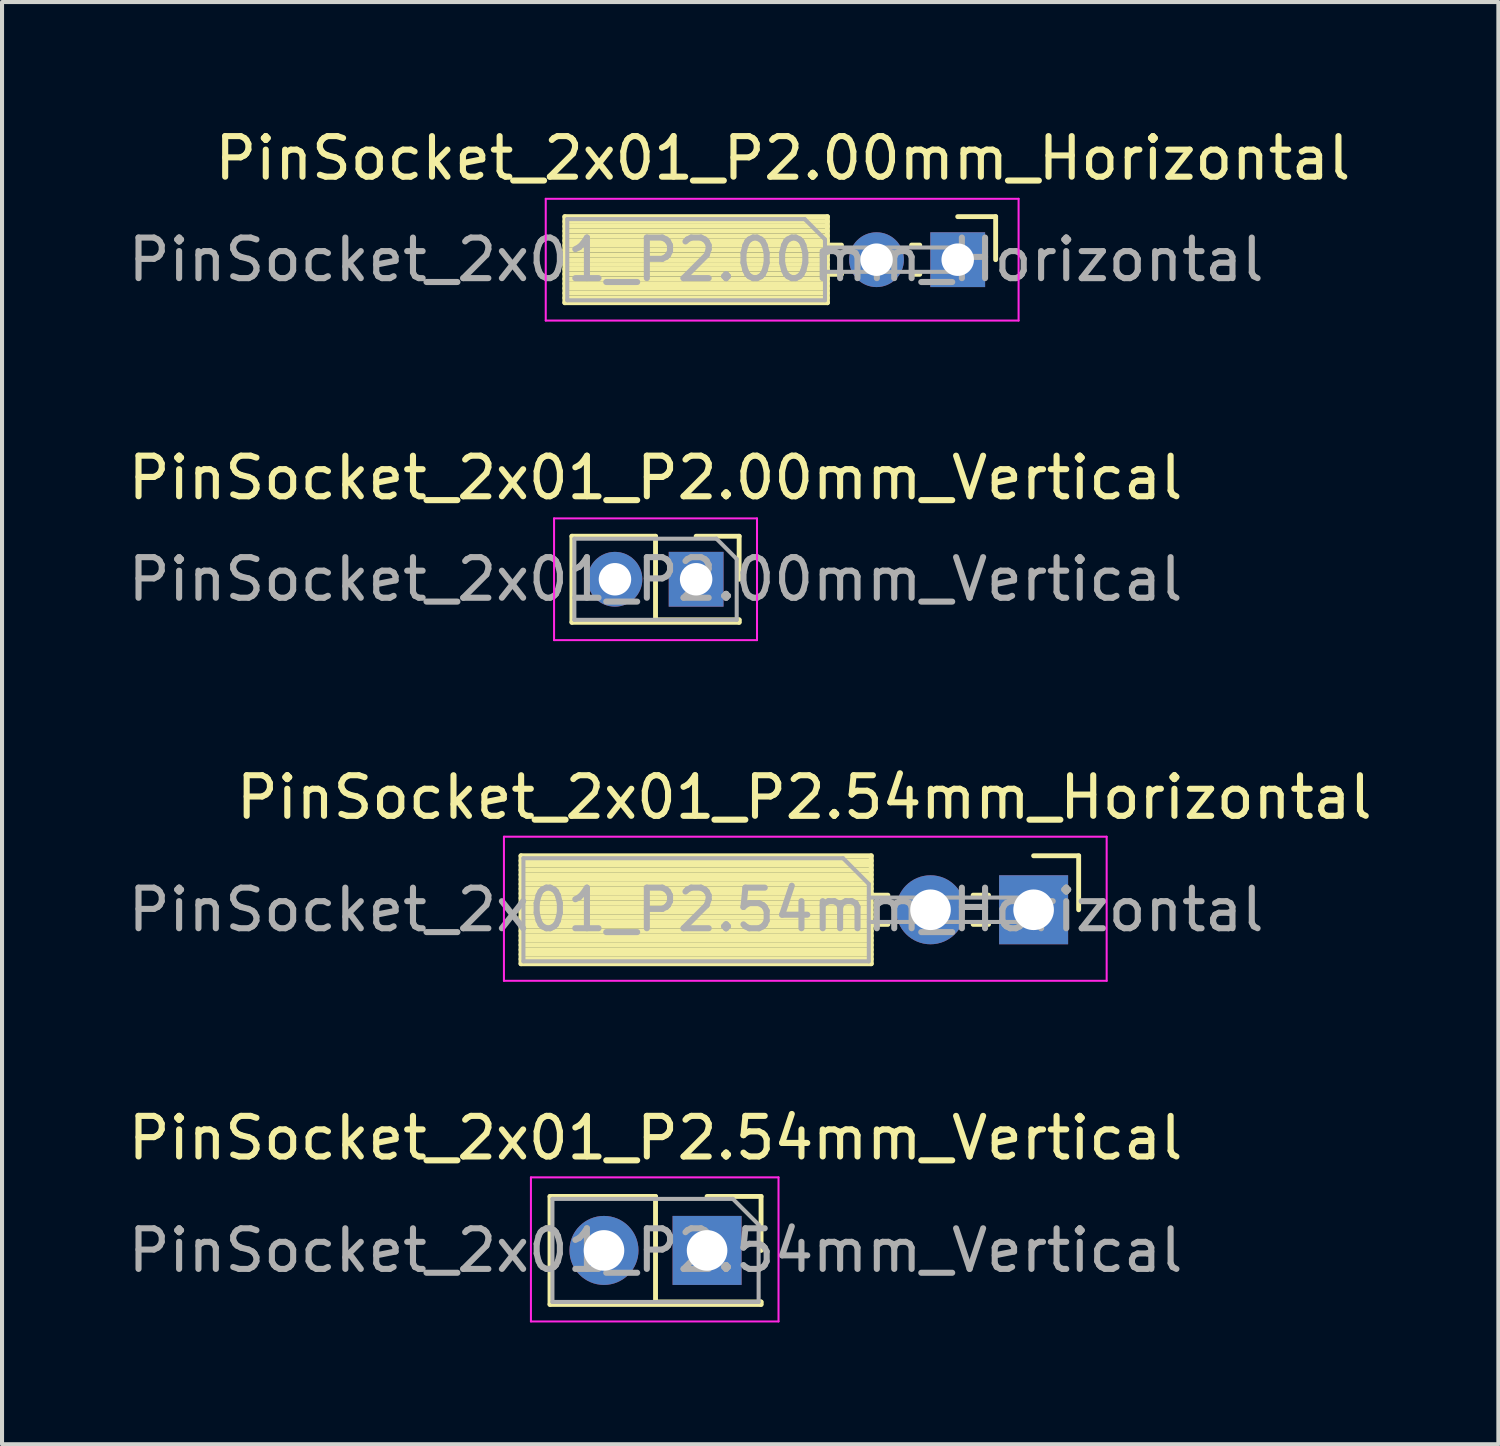
<source format=kicad_pcb>
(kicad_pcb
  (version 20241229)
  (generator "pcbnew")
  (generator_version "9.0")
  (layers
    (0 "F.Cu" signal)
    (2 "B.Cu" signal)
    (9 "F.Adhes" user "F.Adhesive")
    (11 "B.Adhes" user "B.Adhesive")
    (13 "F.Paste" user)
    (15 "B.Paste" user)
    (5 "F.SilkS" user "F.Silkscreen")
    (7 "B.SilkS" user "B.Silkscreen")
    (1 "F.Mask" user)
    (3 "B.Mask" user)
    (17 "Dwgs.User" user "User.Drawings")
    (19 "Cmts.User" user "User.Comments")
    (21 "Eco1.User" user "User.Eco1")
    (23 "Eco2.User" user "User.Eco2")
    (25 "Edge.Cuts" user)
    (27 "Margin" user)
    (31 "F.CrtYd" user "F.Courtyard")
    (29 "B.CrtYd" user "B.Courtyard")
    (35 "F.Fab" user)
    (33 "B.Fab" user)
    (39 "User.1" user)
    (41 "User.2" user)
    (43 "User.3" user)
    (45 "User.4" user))
  (footprint "PinSocket_2x01_P2.00mm_Vertical"
    (layer "F.Cu")
    (at 14.101 11.222)
    (property "Reference" "PinSocket_2x01_P2.00mm_Vertical" (at -1 -2.5 0) (layer "F.SilkS") (effects (font (size 1 1) (thickness 0.15))))
    (attr through_hole)
    (fp_line (start -3.06 -1.06) (end -3.06 1.06) (stroke (width 0.12) (type solid)) (layer "F.SilkS"))
    (fp_line (start -3.06 -1.06) (end -1 -1.06) (stroke (width 0.12) (type solid)) (layer "F.SilkS"))
    (fp_line (start -3.06 1.06) (end 1.06 1.06) (stroke (width 0.12) (type solid)) (layer "F.SilkS"))
    (fp_line (start -1 -1.06) (end -1 1) (stroke (width 0.12) (type solid)) (layer "F.SilkS"))
    (fp_line (start -1 1) (end 1.06 1) (stroke (width 0.12) (type solid)) (layer "F.SilkS"))
    (fp_line (start 0 -1.06) (end 1.06 -1.06) (stroke (width 0.12) (type solid)) (layer "F.SilkS"))
    (fp_line (start 1.06 -1.06) (end 1.06 0) (stroke (width 0.12) (type solid)) (layer "F.SilkS"))
    (fp_line (start 1.06 1) (end 1.06 1.06) (stroke (width 0.12) (type solid)) (layer "F.SilkS"))
    (fp_line (start -3.5 -1.5) (end 1.5 -1.5) (stroke (width 0.05) (type solid)) (layer "F.CrtYd"))
    (fp_line (start -3.5 1.5) (end -3.5 -1.5) (stroke (width 0.05) (type solid)) (layer "F.CrtYd"))
    (fp_line (start 1.5 -1.5) (end 1.5 1.5) (stroke (width 0.05) (type solid)) (layer "F.CrtYd"))
    (fp_line (start 1.5 1.5) (end -3.5 1.5) (stroke (width 0.05) (type solid)) (layer "F.CrtYd"))
    (fp_line (start -3 -1) (end 0.5 -1) (stroke (width 0.1) (type solid)) (layer "F.Fab"))
    (fp_line (start -3 1) (end -3 -1) (stroke (width 0.1) (type solid)) (layer "F.Fab"))
    (fp_line (start 0.5 -1) (end 1 -0.5) (stroke (width 0.1) (type solid)) (layer "F.Fab"))
    (fp_line (start 1 -0.5) (end 1 1) (stroke (width 0.1) (type solid)) (layer "F.Fab"))
    (fp_line (start 1 1) (end -3 1) (stroke (width 0.1) (type solid)) (layer "F.Fab"))
    (fp_text user "${REFERENCE}" (at -1 0 0) (layer "F.Fab") (effects (font (size 1 1) (thickness 0.15))))
    (pad "1" thru_hole rect (at 0 0) (size 1.35 1.35) (drill 0.8) (layers "*.Cu" "*.Mask"))
    (pad "2" thru_hole oval (at -2 0) (size 1.35 1.35) (drill 0.8) (layers "*.Cu" "*.Mask")))
  (footprint "PinSocket_2x01_P2.00mm_Horizontal"
    (layer "F.Cu")
    (at 20.546 3.348)
    (property "Reference" "PinSocket_2x01_P2.00mm_Horizontal" (at -4.31 -2.5 0) (layer "F.SilkS") (effects (font (size 1 1) (thickness 0.15))))
    (attr through_hole)
    (fp_line (start -9.68 -1.06) (end -9.68 1.06) (stroke (width 0.12) (type solid)) (layer "F.SilkS"))
    (fp_line (start -9.68 -1.06) (end -3.21 -1.06) (stroke (width 0.12) (type solid)) (layer "F.SilkS"))
    (fp_line (start -9.68 -0.94) (end -3.21 -0.94) (stroke (width 0.12) (type solid)) (layer "F.SilkS"))
    (fp_line (start -9.68 -0.822) (end -3.21 -0.822) (stroke (width 0.12) (type solid)) (layer "F.SilkS"))
    (fp_line (start -9.68 -0.705) (end -3.21 -0.705) (stroke (width 0.12) (type solid)) (layer "F.SilkS"))
    (fp_line (start -9.68 -0.587) (end -3.21 -0.587) (stroke (width 0.12) (type solid)) (layer "F.SilkS"))
    (fp_line (start -9.68 -0.469) (end -3.21 -0.469) (stroke (width 0.12) (type solid)) (layer "F.SilkS"))
    (fp_line (start -9.68 -0.352) (end -3.21 -0.352) (stroke (width 0.12) (type solid)) (layer "F.SilkS"))
    (fp_line (start -9.68 -0.234) (end -3.21 -0.234) (stroke (width 0.12) (type solid)) (layer "F.SilkS"))
    (fp_line (start -9.68 -0.116) (end -3.21 -0.116) (stroke (width 0.12) (type solid)) (layer "F.SilkS"))
    (fp_line (start -9.68 0.001) (end -3.21 0.001) (stroke (width 0.12) (type solid)) (layer "F.SilkS"))
    (fp_line (start -9.68 0.119) (end -3.21 0.119) (stroke (width 0.12) (type solid)) (layer "F.SilkS"))
    (fp_line (start -9.68 0.236) (end -3.21 0.236) (stroke (width 0.12) (type solid)) (layer "F.SilkS"))
    (fp_line (start -9.68 0.354) (end -3.21 0.354) (stroke (width 0.12) (type solid)) (layer "F.SilkS"))
    (fp_line (start -9.68 0.472) (end -3.21 0.472) (stroke (width 0.12) (type solid)) (layer "F.SilkS"))
    (fp_line (start -9.68 0.589) (end -3.21 0.589) (stroke (width 0.12) (type solid)) (layer "F.SilkS"))
    (fp_line (start -9.68 0.707) (end -3.21 0.707) (stroke (width 0.12) (type solid)) (layer "F.SilkS"))
    (fp_line (start -9.68 0.825) (end -3.21 0.825) (stroke (width 0.12) (type solid)) (layer "F.SilkS"))
    (fp_line (start -9.68 0.942) (end -3.21 0.942) (stroke (width 0.12) (type solid)) (layer "F.SilkS"))
    (fp_line (start -9.68 1.06) (end -3.21 1.06) (stroke (width 0.12) (type solid)) (layer "F.SilkS"))
    (fp_line (start -3.21 -1.06) (end -3.21 1.06) (stroke (width 0.12) (type solid)) (layer "F.SilkS"))
    (fp_line (start -3.21 -0.36) (end -2.863 -0.36) (stroke (width 0.12) (type solid)) (layer "F.SilkS"))
    (fp_line (start -3.21 0.36) (end -2.863 0.36) (stroke (width 0.12) (type solid)) (layer "F.SilkS"))
    (fp_line (start -1.137 -0.36) (end -0.935 -0.36) (stroke (width 0.12) (type solid)) (layer "F.SilkS"))
    (fp_line (start -1.137 0.36) (end -0.935 0.36) (stroke (width 0.12) (type solid)) (layer "F.SilkS"))
    (fp_line (start 0 -1.06) (end 0.935 -1.06) (stroke (width 0.12) (type solid)) (layer "F.SilkS"))
    (fp_line (start 0.935 -1.06) (end 0.935 0) (stroke (width 0.12) (type solid)) (layer "F.SilkS"))
    (fp_line (start -10.15 -1.5) (end -10.15 1.5) (stroke (width 0.05) (type solid)) (layer "F.CrtYd"))
    (fp_line (start -10.15 1.5) (end 1.5 1.5) (stroke (width 0.05) (type solid)) (layer "F.CrtYd"))
    (fp_line (start 1.5 -1.5) (end -10.15 -1.5) (stroke (width 0.05) (type solid)) (layer "F.CrtYd"))
    (fp_line (start 1.5 1.5) (end 1.5 -1.5) (stroke (width 0.05) (type solid)) (layer "F.CrtYd"))
    (fp_line (start -9.62 -1) (end -3.77 -1) (stroke (width 0.1) (type solid)) (layer "F.Fab"))
    (fp_line (start -9.62 1) (end -9.62 -1) (stroke (width 0.1) (type solid)) (layer "F.Fab"))
    (fp_line (start -3.77 -1) (end -3.27 -0.5) (stroke (width 0.1) (type solid)) (layer "F.Fab"))
    (fp_line (start -3.27 -0.5) (end -3.27 1) (stroke (width 0.1) (type solid)) (layer "F.Fab"))
    (fp_line (start -3.27 0.3) (end 0 0.3) (stroke (width 0.1) (type solid)) (layer "F.Fab"))
    (fp_line (start -3.27 1) (end -9.62 1) (stroke (width 0.1) (type solid)) (layer "F.Fab"))
    (fp_line (start 0 -0.3) (end -3.27 -0.3) (stroke (width 0.1) (type solid)) (layer "F.Fab"))
    (fp_line (start 0 0.3) (end 0 -0.3) (stroke (width 0.1) (type solid)) (layer "F.Fab"))
    (fp_text user "${REFERENCE}" (at -6.445 0 0) (layer "F.Fab") (effects (font (size 1 1) (thickness 0.15))))
    (pad "1" thru_hole rect (at 0 0) (size 1.35 1.35) (drill 0.8) (layers "*.Cu" "*.Mask"))
    (pad "2" thru_hole oval (at -2 0) (size 1.35 1.35) (drill 0.8) (layers "*.Cu" "*.Mask")))
  (footprint "PinSocket_2x01_P2.54mm_Horizontal"
    (layer "F.Cu")
    (at 22.416 19.365)
    (property "Reference" "PinSocket_2x01_P2.54mm_Horizontal" (at -5.65 -2.77 0) (layer "F.SilkS") (effects (font (size 1 1) (thickness 0.15))))
    (attr through_hole)
    (fp_line (start -12.63 -1.33) (end -12.63 1.33) (stroke (width 0.12) (type solid)) (layer "F.SilkS"))
    (fp_line (start -12.63 -1.33) (end -4 -1.33) (stroke (width 0.12) (type solid)) (layer "F.SilkS"))
    (fp_line (start -12.63 -1.21) (end -4 -1.21) (stroke (width 0.12) (type solid)) (layer "F.SilkS"))
    (fp_line (start -12.63 -1.095) (end -4 -1.095) (stroke (width 0.12) (type solid)) (layer "F.SilkS"))
    (fp_line (start -12.63 -0.979) (end -4 -0.979) (stroke (width 0.12) (type solid)) (layer "F.SilkS"))
    (fp_line (start -12.63 -0.864) (end -4 -0.864) (stroke (width 0.12) (type solid)) (layer "F.SilkS"))
    (fp_line (start -12.63 -0.748) (end -4 -0.748) (stroke (width 0.12) (type solid)) (layer "F.SilkS"))
    (fp_line (start -12.63 -0.633) (end -4 -0.633) (stroke (width 0.12) (type solid)) (layer "F.SilkS"))
    (fp_line (start -12.63 -0.517) (end -4 -0.517) (stroke (width 0.12) (type solid)) (layer "F.SilkS"))
    (fp_line (start -12.63 -0.402) (end -4 -0.402) (stroke (width 0.12) (type solid)) (layer "F.SilkS"))
    (fp_line (start -12.63 -0.286) (end -4 -0.286) (stroke (width 0.12) (type solid)) (layer "F.SilkS"))
    (fp_line (start -12.63 -0.171) (end -4 -0.171) (stroke (width 0.12) (type solid)) (layer "F.SilkS"))
    (fp_line (start -12.63 -0.055) (end -4 -0.055) (stroke (width 0.12) (type solid)) (layer "F.SilkS"))
    (fp_line (start -12.63 0.06) (end -4 0.06) (stroke (width 0.12) (type solid)) (layer "F.SilkS"))
    (fp_line (start -12.63 0.175) (end -4 0.175) (stroke (width 0.12) (type solid)) (layer "F.SilkS"))
    (fp_line (start -12.63 0.291) (end -4 0.291) (stroke (width 0.12) (type solid)) (layer "F.SilkS"))
    (fp_line (start -12.63 0.406) (end -4 0.406) (stroke (width 0.12) (type solid)) (layer "F.SilkS"))
    (fp_line (start -12.63 0.522) (end -4 0.522) (stroke (width 0.12) (type solid)) (layer "F.SilkS"))
    (fp_line (start -12.63 0.637) (end -4 0.637) (stroke (width 0.12) (type solid)) (layer "F.SilkS"))
    (fp_line (start -12.63 0.753) (end -4 0.753) (stroke (width 0.12) (type solid)) (layer "F.SilkS"))
    (fp_line (start -12.63 0.868) (end -4 0.868) (stroke (width 0.12) (type solid)) (layer "F.SilkS"))
    (fp_line (start -12.63 0.984) (end -4 0.984) (stroke (width 0.12) (type solid)) (layer "F.SilkS"))
    (fp_line (start -12.63 1.099) (end -4 1.099) (stroke (width 0.12) (type solid)) (layer "F.SilkS"))
    (fp_line (start -12.63 1.215) (end -4 1.215) (stroke (width 0.12) (type solid)) (layer "F.SilkS"))
    (fp_line (start -12.63 1.33) (end -4 1.33) (stroke (width 0.12) (type solid)) (layer "F.SilkS"))
    (fp_line (start -4 -1.33) (end -4 1.33) (stroke (width 0.12) (type solid)) (layer "F.SilkS"))
    (fp_line (start -4 -0.36) (end -3.59 -0.36) (stroke (width 0.12) (type solid)) (layer "F.SilkS"))
    (fp_line (start -4 0.36) (end -3.59 0.36) (stroke (width 0.12) (type solid)) (layer "F.SilkS"))
    (fp_line (start -1.49 -0.36) (end -1.11 -0.36) (stroke (width 0.12) (type solid)) (layer "F.SilkS"))
    (fp_line (start -1.49 0.36) (end -1.11 0.36) (stroke (width 0.12) (type solid)) (layer "F.SilkS"))
    (fp_line (start 0 -1.33) (end 1.11 -1.33) (stroke (width 0.12) (type solid)) (layer "F.SilkS"))
    (fp_line (start 1.11 -1.33) (end 1.11 0) (stroke (width 0.12) (type solid)) (layer "F.SilkS"))
    (fp_line (start -13.05 -1.8) (end -13.05 1.75) (stroke (width 0.05) (type solid)) (layer "F.CrtYd"))
    (fp_line (start -13.05 1.75) (end 1.8 1.75) (stroke (width 0.05) (type solid)) (layer "F.CrtYd"))
    (fp_line (start 1.8 -1.8) (end -13.05 -1.8) (stroke (width 0.05) (type solid)) (layer "F.CrtYd"))
    (fp_line (start 1.8 1.75) (end 1.8 -1.8) (stroke (width 0.05) (type solid)) (layer "F.CrtYd"))
    (fp_line (start -12.57 -1.27) (end -4.695 -1.27) (stroke (width 0.1) (type solid)) (layer "F.Fab"))
    (fp_line (start -12.57 1.27) (end -12.57 -1.27) (stroke (width 0.1) (type solid)) (layer "F.Fab"))
    (fp_line (start -4.695 -1.27) (end -4.06 -0.635) (stroke (width 0.1) (type solid)) (layer "F.Fab"))
    (fp_line (start -4.06 -0.635) (end -4.06 1.27) (stroke (width 0.1) (type solid)) (layer "F.Fab"))
    (fp_line (start -4.06 0.3) (end 0 0.3) (stroke (width 0.1) (type solid)) (layer "F.Fab"))
    (fp_line (start -4.06 1.27) (end -12.57 1.27) (stroke (width 0.1) (type solid)) (layer "F.Fab"))
    (fp_line (start 0 -0.3) (end -4.06 -0.3) (stroke (width 0.1) (type solid)) (layer "F.Fab"))
    (fp_line (start 0 0.3) (end 0 -0.3) (stroke (width 0.1) (type solid)) (layer "F.Fab"))
    (fp_text user "${REFERENCE}" (at -8.315 0 0) (layer "F.Fab") (effects (font (size 1 1) (thickness 0.15))))
    (pad "1" thru_hole rect (at 0 0) (size 1.7 1.7) (drill 1) (layers "*.Cu" "*.Mask"))
    (pad "2" thru_hole oval (at -2.54 0) (size 1.7 1.7) (drill 1) (layers "*.Cu" "*.Mask")))
  (footprint "PinSocket_2x01_P2.54mm_Vertical"
    (layer "F.Cu")
    (at 14.371 27.758)
    (property "Reference" "PinSocket_2x01_P2.54mm_Vertical" (at -1.27 -2.77 0) (layer "F.SilkS") (effects (font (size 1 1) (thickness 0.15))))
    (attr through_hole)
    (fp_line (start -3.87 -1.33) (end -3.87 1.33) (stroke (width 0.12) (type solid)) (layer "F.SilkS"))
    (fp_line (start -3.87 -1.33) (end -1.27 -1.33) (stroke (width 0.12) (type solid)) (layer "F.SilkS"))
    (fp_line (start -3.87 1.33) (end 1.33 1.33) (stroke (width 0.12) (type solid)) (layer "F.SilkS"))
    (fp_line (start -1.27 -1.33) (end -1.27 1.27) (stroke (width 0.12) (type solid)) (layer "F.SilkS"))
    (fp_line (start -1.27 1.27) (end 1.33 1.27) (stroke (width 0.12) (type solid)) (layer "F.SilkS"))
    (fp_line (start 0 -1.33) (end 1.33 -1.33) (stroke (width 0.12) (type solid)) (layer "F.SilkS"))
    (fp_line (start 1.33 -1.33) (end 1.33 0) (stroke (width 0.12) (type solid)) (layer "F.SilkS"))
    (fp_line (start 1.33 1.27) (end 1.33 1.33) (stroke (width 0.12) (type solid)) (layer "F.SilkS"))
    (fp_line (start -4.34 -1.8) (end 1.76 -1.8) (stroke (width 0.05) (type solid)) (layer "F.CrtYd"))
    (fp_line (start -4.34 1.75) (end -4.34 -1.8) (stroke (width 0.05) (type solid)) (layer "F.CrtYd"))
    (fp_line (start 1.76 -1.8) (end 1.76 1.75) (stroke (width 0.05) (type solid)) (layer "F.CrtYd"))
    (fp_line (start 1.76 1.75) (end -4.34 1.75) (stroke (width 0.05) (type solid)) (layer "F.CrtYd"))
    (fp_line (start -3.81 -1.27) (end 0.635 -1.27) (stroke (width 0.1) (type solid)) (layer "F.Fab"))
    (fp_line (start -3.81 1.27) (end -3.81 -1.27) (stroke (width 0.1) (type solid)) (layer "F.Fab"))
    (fp_line (start 0.635 -1.27) (end 1.27 -0.635) (stroke (width 0.1) (type solid)) (layer "F.Fab"))
    (fp_line (start 1.27 -0.635) (end 1.27 1.27) (stroke (width 0.1) (type solid)) (layer "F.Fab"))
    (fp_line (start 1.27 1.27) (end -3.81 1.27) (stroke (width 0.1) (type solid)) (layer "F.Fab"))
    (fp_text user "${REFERENCE}" (at -1.27 0 0) (layer "F.Fab") (effects (font (size 1 1) (thickness 0.15))))
    (pad "1" thru_hole rect (at 0 0) (size 1.7 1.7) (drill 1) (layers "*.Cu" "*.Mask"))
    (pad "2" thru_hole oval (at -2.54 0) (size 1.7 1.7) (drill 1) (layers "*.Cu" "*.Mask")))
  (gr_rect
    (start -3 -3)
    (end 33.867 32.533)
    (stroke (width 0.1) (type default))
    (fill no)
    (layer "Edge.Cuts")))
</source>
